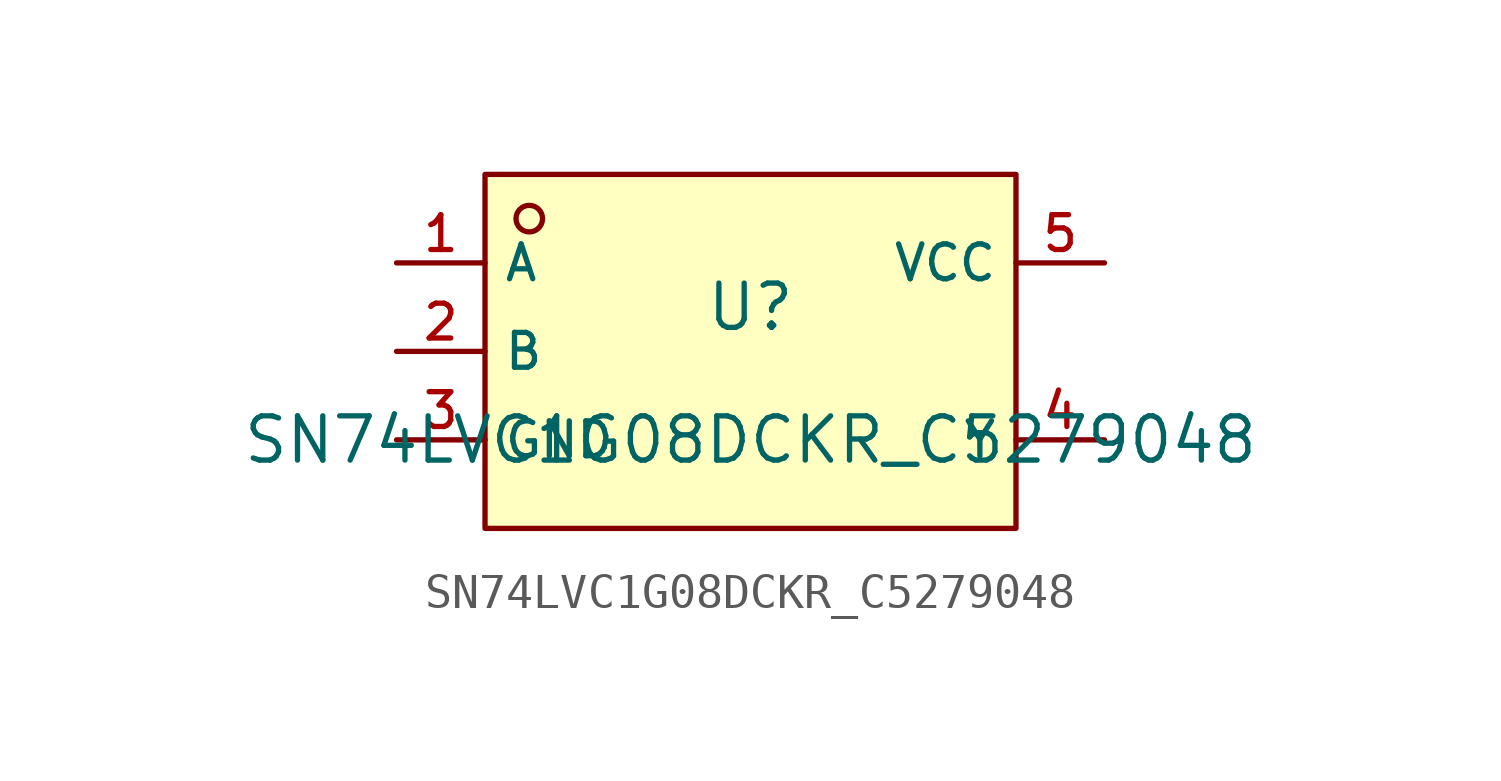
<source format=kicad_sym>
(kicad_symbol_lib
  (version 20210201)
  (generator TousstNicolas/JLC2KiCad_lib)
  (symbol "SN74LVC1G08DCKR_C5279048"
    (property "Reference" "U"
      (at 0 1.27 0)
      (effects (font (size 1.27 1.27))))
    (property "Value" "SN74LVC1G08DCKR_C5279048"
      (at 0 -2.54 0)
      (effects (font (size 1.27 1.27))))
    (symbol "SN74LVC1G08DCKR_C5279048_0_1"
      (rectangle (start -7.62 5.08) (end 7.62 -5.08) (stroke (width 0) (type default) (color 0 0 0 0)) (fill (type background)))
      (circle (center -6.35 3.81) (radius 0.381) (stroke (width 0) (type default) (color 0 0 0 0)) (fill (type background)))
      (pin unspecified line (at -10.16 2.54 0) (length 2.54) (name "A" (effects (font (size 1 1)))) (number "1" (effects (font (size 1 1)))))
      (pin unspecified line (at -10.16 -0.0 0) (length 2.54) (name "B" (effects (font (size 1 1)))) (number "2" (effects (font (size 1 1)))))
      (pin unspecified line (at -10.16 -2.54 0) (length 2.54) (name "GND" (effects (font (size 1 1)))) (number "3" (effects (font (size 1 1)))))
      (pin unspecified line (at 10.16 2.54 180) (length 2.54) (name "VCC" (effects (font (size 1 1)))) (number "5" (effects (font (size 1 1)))))
      (pin unspecified line (at 10.16 -2.54 180) (length 2.54) (name "Y" (effects (font (size 1 1)))) (number "4" (effects (font (size 1 1))))))))
</source>
